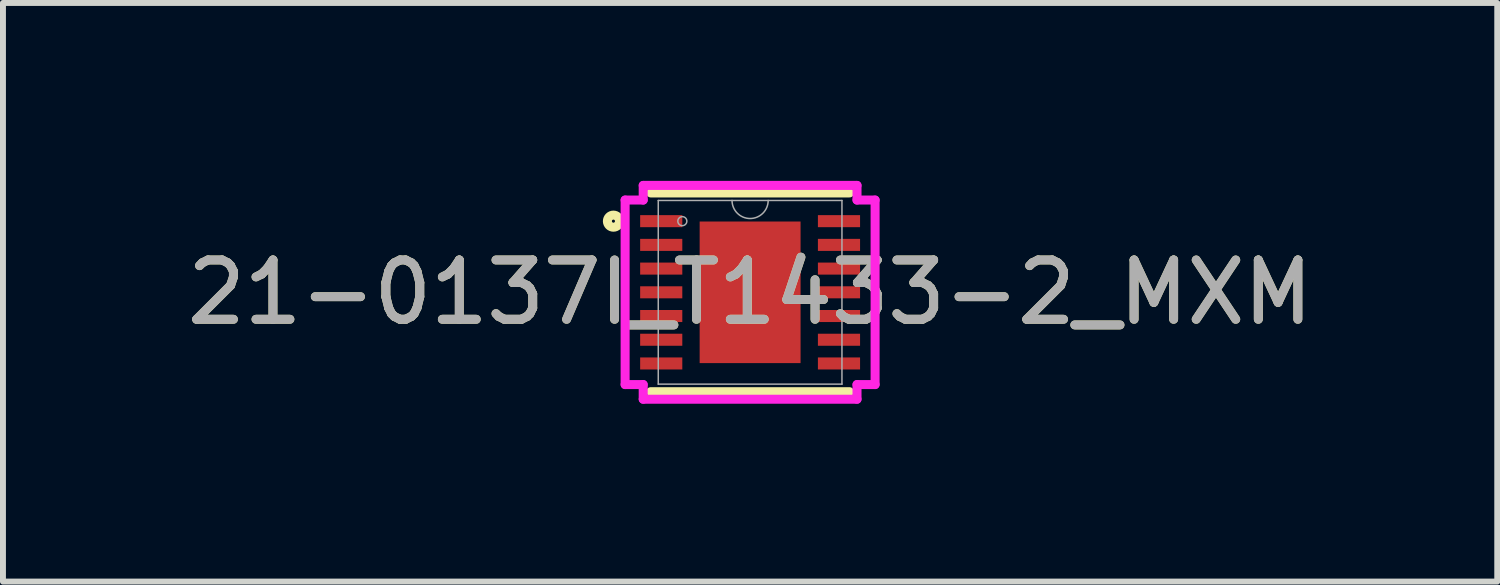
<source format=kicad_pcb>
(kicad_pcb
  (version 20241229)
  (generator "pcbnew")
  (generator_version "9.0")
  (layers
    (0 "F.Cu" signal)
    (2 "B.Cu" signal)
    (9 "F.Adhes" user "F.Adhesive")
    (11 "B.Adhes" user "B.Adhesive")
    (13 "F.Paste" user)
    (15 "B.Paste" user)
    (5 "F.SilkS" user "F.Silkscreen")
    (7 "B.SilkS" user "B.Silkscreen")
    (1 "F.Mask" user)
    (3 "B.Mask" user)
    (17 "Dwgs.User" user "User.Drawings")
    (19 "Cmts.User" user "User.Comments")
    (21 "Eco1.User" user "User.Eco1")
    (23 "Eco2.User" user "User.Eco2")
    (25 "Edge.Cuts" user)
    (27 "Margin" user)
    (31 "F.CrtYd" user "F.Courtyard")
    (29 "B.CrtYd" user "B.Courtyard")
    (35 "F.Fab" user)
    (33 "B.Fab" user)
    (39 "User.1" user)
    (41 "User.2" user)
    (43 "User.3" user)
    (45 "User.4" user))
  (footprint "21-0137I_T1433-2_MXM"
    (layer "F.Cu")
    (at 9.601 1.88)
    (property "Reference" "21-0137I_T1433-2_MXM" (at 0 0 0) (unlocked yes) (layer "F.SilkS") (effects (font (size 1 1) (thickness 0.15))))
    (attr smd)
    (fp_line (start -1.676 1.676) (end 1.676 1.676) (stroke (width 0.152) (type solid)) (layer "F.SilkS"))
    (fp_line (start 1.676 -1.676) (end -1.676 -1.676) (stroke (width 0.152) (type solid)) (layer "F.SilkS"))
    (fp_circle (center -2.305 -1.2) (end -2.203 -1.2) (stroke (width 0.152) (type solid)) (fill no) (layer "F.SilkS"))
    (fp_line (start -2.108 -1.556) (end -1.803 -1.556) (stroke (width 0.152) (type solid)) (layer "F.CrtYd"))
    (fp_line (start -2.108 1.556) (end -2.108 -1.556) (stroke (width 0.152) (type solid)) (layer "F.CrtYd"))
    (fp_line (start -2.108 1.556) (end -1.803 1.556) (stroke (width 0.152) (type solid)) (layer "F.CrtYd"))
    (fp_line (start -1.803 -1.803) (end 1.803 -1.803) (stroke (width 0.152) (type solid)) (layer "F.CrtYd"))
    (fp_line (start -1.803 -1.556) (end -1.803 -1.803) (stroke (width 0.152) (type solid)) (layer "F.CrtYd"))
    (fp_line (start -1.803 1.803) (end -1.803 1.556) (stroke (width 0.152) (type solid)) (layer "F.CrtYd"))
    (fp_line (start 1.803 -1.803) (end 1.803 -1.556) (stroke (width 0.152) (type solid)) (layer "F.CrtYd"))
    (fp_line (start 1.803 1.556) (end 1.803 1.803) (stroke (width 0.152) (type solid)) (layer "F.CrtYd"))
    (fp_line (start 1.803 1.803) (end -1.803 1.803) (stroke (width 0.152) (type solid)) (layer "F.CrtYd"))
    (fp_line (start 2.108 -1.556) (end 1.803 -1.556) (stroke (width 0.152) (type solid)) (layer "F.CrtYd"))
    (fp_line (start 2.108 -1.556) (end 2.108 1.556) (stroke (width 0.152) (type solid)) (layer "F.CrtYd"))
    (fp_line (start 2.108 1.556) (end 1.803 1.556) (stroke (width 0.152) (type solid)) (layer "F.CrtYd"))
    (fp_line (start -1.549 -1.549) (end -1.549 1.549) (stroke (width 0.025) (type solid)) (layer "F.Fab"))
    (fp_line (start -1.549 1.549) (end 1.549 1.549) (stroke (width 0.025) (type solid)) (layer "F.Fab"))
    (fp_line (start 1.549 -1.549) (end -1.549 -1.549) (stroke (width 0.025) (type solid)) (layer "F.Fab"))
    (fp_line (start 1.549 1.549) (end 1.549 -1.549) (stroke (width 0.025) (type solid)) (layer "F.Fab"))
    (fp_arc (start 0.3048 -1.5494) (mid 0 -1.2446) (end -0.3048 -1.5494) (stroke (width 0.0254) (type solid)) (layer "F.Fab"))
    (fp_circle (center -1.143 -1.2) (end -1.067 -1.2) (stroke (width 0.025) (type solid)) (fill no) (layer "F.Fab"))
    (fp_text user "${REFERENCE}" (at 0 0 0) (unlocked yes) (layer "F.Fab") (effects (font (size 1 1) (thickness 0.15))))
    (pad "1" smd rect (at -1.499 -1.2) (size 0.711 0.203) (layers "F.Cu" "F.Mask" "F.Paste"))
    (pad "2" smd rect (at -1.499 -0.8) (size 0.711 0.203) (layers "F.Cu" "F.Mask" "F.Paste"))
    (pad "3" smd rect (at -1.499 -0.4) (size 0.711 0.203) (layers "F.Cu" "F.Mask" "F.Paste"))
    (pad "4" smd rect (at -1.499 0) (size 0.711 0.203) (layers "F.Cu" "F.Mask" "F.Paste"))
    (pad "5" smd rect (at -1.499 0.4) (size 0.711 0.203) (layers "F.Cu" "F.Mask" "F.Paste"))
    (pad "6" smd rect (at -1.499 0.8) (size 0.711 0.203) (layers "F.Cu" "F.Mask" "F.Paste"))
    (pad "7" smd rect (at -1.499 1.2) (size 0.711 0.203) (layers "F.Cu" "F.Mask" "F.Paste"))
    (pad "8" smd rect (at 1.499 1.2) (size 0.711 0.203) (layers "F.Cu" "F.Mask" "F.Paste"))
    (pad "9" smd rect (at 1.499 0.8) (size 0.711 0.203) (layers "F.Cu" "F.Mask" "F.Paste"))
    (pad "10" smd rect (at 1.499 0.4) (size 0.711 0.203) (layers "F.Cu" "F.Mask" "F.Paste"))
    (pad "11" smd rect (at 1.499 0) (size 0.711 0.203) (layers "F.Cu" "F.Mask" "F.Paste"))
    (pad "12" smd rect (at 1.499 -0.4) (size 0.711 0.203) (layers "F.Cu" "F.Mask" "F.Paste"))
    (pad "13" smd rect (at 1.499 -0.8) (size 0.711 0.203) (layers "F.Cu" "F.Mask" "F.Paste"))
    (pad "14" smd rect (at 1.499 -1.2) (size 0.711 0.203) (layers "F.Cu" "F.Mask" "F.Paste"))
    (pad "15" smd rect (at 0 0) (size 1.702 2.388) (layers "F.Cu" "F.Mask" "F.Paste")))
  (gr_rect
    (start -3 -3)
    (end 22.202 6.759)
    (stroke (width 0.1) (type default))
    (fill no)
    (layer "Edge.Cuts")))
</source>
